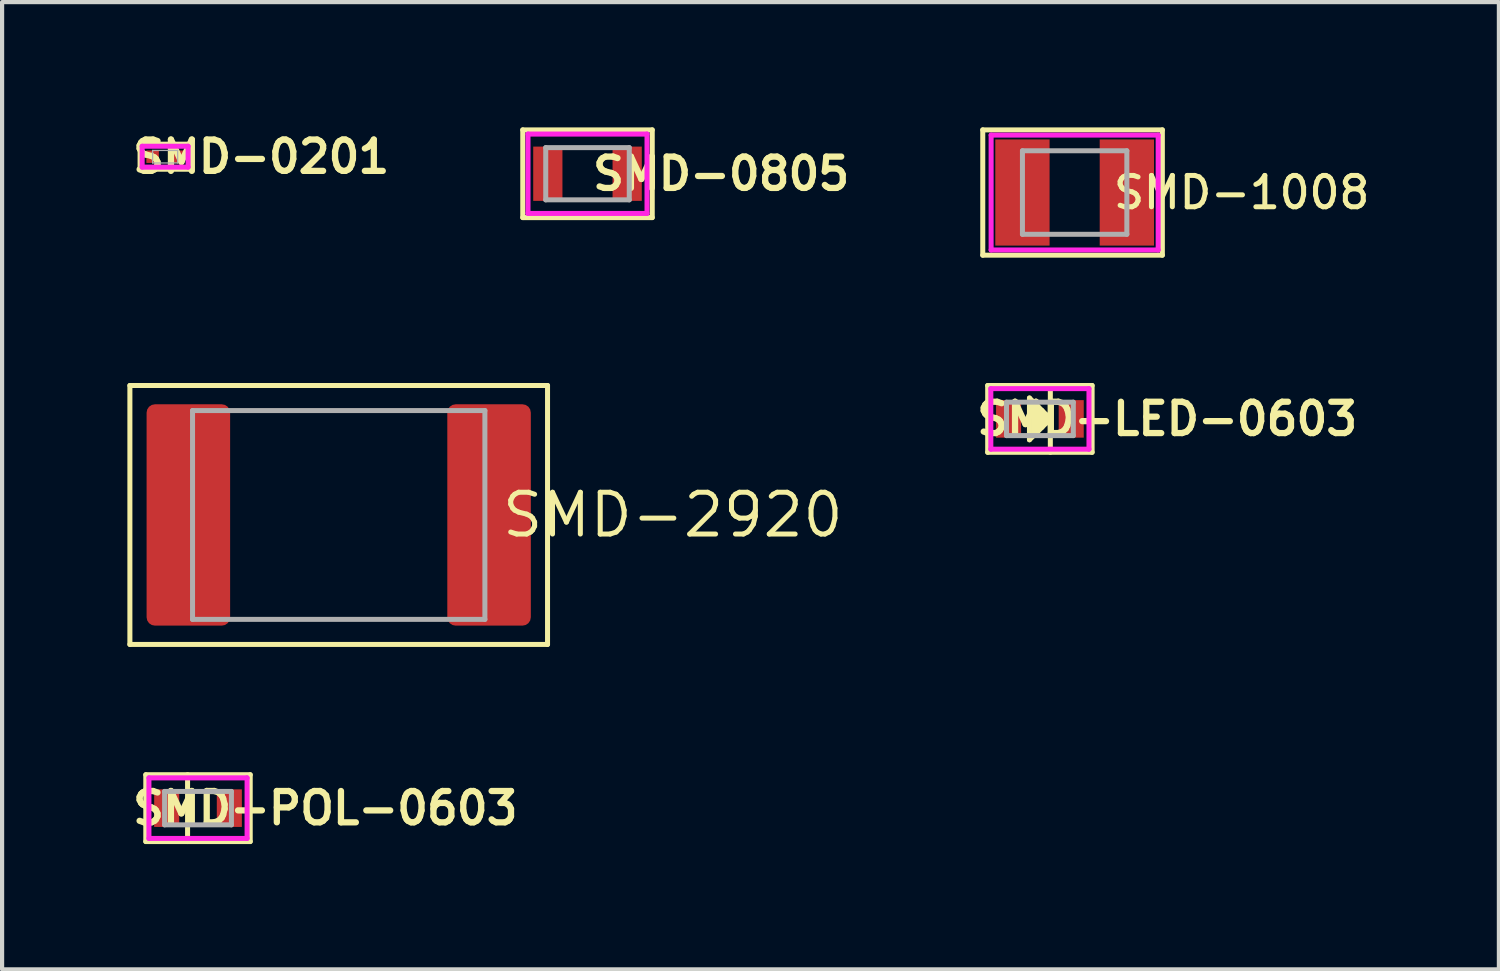
<source format=kicad_pcb>
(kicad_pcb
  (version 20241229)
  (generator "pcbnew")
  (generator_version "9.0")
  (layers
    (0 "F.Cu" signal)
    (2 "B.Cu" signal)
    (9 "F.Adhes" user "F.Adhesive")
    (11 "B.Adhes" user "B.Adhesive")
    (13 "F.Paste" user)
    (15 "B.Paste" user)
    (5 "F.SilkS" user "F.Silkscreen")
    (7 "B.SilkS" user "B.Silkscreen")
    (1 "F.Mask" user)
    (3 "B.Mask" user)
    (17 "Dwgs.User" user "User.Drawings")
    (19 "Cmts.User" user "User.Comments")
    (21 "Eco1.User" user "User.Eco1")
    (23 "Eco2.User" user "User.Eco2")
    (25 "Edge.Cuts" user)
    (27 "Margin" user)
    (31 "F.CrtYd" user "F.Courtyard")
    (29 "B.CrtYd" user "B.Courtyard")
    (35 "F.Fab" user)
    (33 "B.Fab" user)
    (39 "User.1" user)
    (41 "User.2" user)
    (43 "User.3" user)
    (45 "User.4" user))
  (footprint "SMD-POL-0603"
    (layer "F.Cu")
    (at 1.691 16.3)
    (property "Reference" "SMD-POL-0603" (at 3.048 0 0) (layer "F.SilkS") (effects (font (size 0.75 0.75) (thickness 0.15))))
    (attr smd)
    (fp_line (start -1.25 -0.8) (end 1.25 -0.8) (stroke (width 0.12) (type solid)) (layer "F.SilkS"))
    (fp_line (start -1.25 0.8) (end -1.25 -0.8) (stroke (width 0.12) (type solid)) (layer "F.SilkS"))
    (fp_line (start -0.25 -0.8) (end -0.25 0.8) (stroke (width 0.12) (type solid)) (layer "F.SilkS"))
    (fp_line (start 1.25 -0.8) (end 1.25 0.8) (stroke (width 0.12) (type solid)) (layer "F.SilkS"))
    (fp_line (start 1.25 0.8) (end -1.25 0.8) (stroke (width 0.12) (type solid)) (layer "F.SilkS"))
    (fp_line (start -1.175 -0.725) (end -1.175 0.725) (stroke (width 0.12) (type solid)) (layer "F.CrtYd"))
    (fp_line (start -1.175 -0.725) (end 1.175 -0.725) (stroke (width 0.12) (type solid)) (layer "F.CrtYd"))
    (fp_line (start -1.175 0.725) (end 1.175 0.725) (stroke (width 0.12) (type solid)) (layer "F.CrtYd"))
    (fp_line (start 1.175 -0.725) (end 1.175 0.725) (stroke (width 0.12) (type solid)) (layer "F.CrtYd"))
    (fp_line (start -0.8 -0.4) (end 0.8 -0.4) (stroke (width 0.12) (type solid)) (layer "F.Fab"))
    (fp_line (start -0.8 0.4) (end -0.8 -0.4) (stroke (width 0.12) (type solid)) (layer "F.Fab"))
    (fp_line (start 0.8 -0.4) (end 0.8 0.4) (stroke (width 0.12) (type solid)) (layer "F.Fab"))
    (fp_line (start 0.8 0.4) (end -0.8 0.4) (stroke (width 0.12) (type solid)) (layer "F.Fab"))
    (pad "1" smd roundrect (at -0.75 0) (size 0.6 0.9) (layers "F.Cu" "F.Mask" "F.Paste") (roundrect_rratio 0.001))
    (pad "2" smd roundrect (at 0.75 0) (size 0.6 0.9) (layers "F.Cu" "F.Mask" "F.Paste") (roundrect_rratio 0.001)))
  (footprint "SMD-LED-0603"
    (layer "F.Cu")
    (at 21.849 6.98)
    (property "Reference" "SMD-LED-0603" (at 3.048 0 0) (layer "F.SilkS") (effects (font (size 0.75 0.75) (thickness 0.15))))
    (attr smd)
    (fp_line (start -1.25 -0.8) (end 1.25 -0.8) (stroke (width 0.12) (type solid)) (layer "F.SilkS"))
    (fp_line (start -1.25 0.8) (end -1.25 -0.8) (stroke (width 0.12) (type solid)) (layer "F.SilkS"))
    (fp_line (start -0.25 -0.5) (end -0.25 0.5) (stroke (width 0.12) (type solid)) (layer "F.SilkS"))
    (fp_line (start -0.25 0.5) (end 0.25 0) (stroke (width 0.12) (type solid)) (layer "F.SilkS"))
    (fp_line (start -0.15 -0.4) (end -0.15 0.4) (stroke (width 0.12) (type solid)) (layer "F.SilkS"))
    (fp_line (start -0.05 -0.3) (end -0.05 0.3) (stroke (width 0.12) (type solid)) (layer "F.SilkS"))
    (fp_line (start 0.05 -0.2) (end 0.05 0.2) (stroke (width 0.12) (type solid)) (layer "F.SilkS"))
    (fp_line (start 0.15 -0.1) (end 0.15 0.1) (stroke (width 0.12) (type solid)) (layer "F.SilkS"))
    (fp_line (start 0.25 -0.8) (end 0.25 0.8) (stroke (width 0.12) (type solid)) (layer "F.SilkS"))
    (fp_line (start 0.25 0) (end -0.25 -0.5) (stroke (width 0.12) (type solid)) (layer "F.SilkS"))
    (fp_line (start 1.25 -0.8) (end 1.25 0.8) (stroke (width 0.12) (type solid)) (layer "F.SilkS"))
    (fp_line (start 1.25 0.8) (end -1.25 0.8) (stroke (width 0.12) (type solid)) (layer "F.SilkS"))
    (fp_line (start -1.175 -0.725) (end -1.175 0.725) (stroke (width 0.12) (type solid)) (layer "F.CrtYd"))
    (fp_line (start -1.175 -0.725) (end 1.175 -0.725) (stroke (width 0.12) (type solid)) (layer "F.CrtYd"))
    (fp_line (start -1.175 0.725) (end 1.175 0.725) (stroke (width 0.12) (type solid)) (layer "F.CrtYd"))
    (fp_line (start 1.175 -0.725) (end 1.175 0.725) (stroke (width 0.12) (type solid)) (layer "F.CrtYd"))
    (fp_line (start -0.8 -0.4) (end 0.8 -0.4) (stroke (width 0.12) (type solid)) (layer "F.Fab"))
    (fp_line (start -0.8 0.4) (end -0.8 -0.4) (stroke (width 0.12) (type solid)) (layer "F.Fab"))
    (fp_line (start 0.8 -0.4) (end 0.8 0.4) (stroke (width 0.12) (type solid)) (layer "F.Fab"))
    (fp_line (start 0.8 0.4) (end -0.8 0.4) (stroke (width 0.12) (type solid)) (layer "F.Fab"))
    (pad "1" smd roundrect (at -0.75 0) (size 0.6 0.9) (layers "F.Cu" "F.Mask" "F.Paste") (roundrect_rratio 0.001))
    (pad "2" smd roundrect (at 0.75 0) (size 0.6 0.9) (layers "F.Cu" "F.Mask" "F.Paste") (roundrect_rratio 0.001)))
  (footprint "SMD-1008"
    (layer "F.Cu")
    (at 22.681 1.56)
    (property "Reference" "SMD-1008" (at 4 0 0) (layer "F.SilkS") (effects (font (size 0.75 0.75) (thickness 0.12))))
    (attr smd)
    (fp_line (start -2.2 -1.5) (end 2.1 -1.5) (stroke (width 0.12) (type solid)) (layer "F.SilkS"))
    (fp_line (start -2.2 1.5) (end -2.2 -1.5) (stroke (width 0.12) (type solid)) (layer "F.SilkS"))
    (fp_line (start 2.1 -1.5) (end 2.1 1.5) (stroke (width 0.12) (type solid)) (layer "F.SilkS"))
    (fp_line (start 2.1 1.5) (end -2.2 1.5) (stroke (width 0.12) (type solid)) (layer "F.SilkS"))
    (fp_line (start -2 -1.375) (end 2 -1.375) (stroke (width 0.12) (type solid)) (layer "F.CrtYd"))
    (fp_line (start -2 1.375) (end -2 -1.375) (stroke (width 0.12) (type solid)) (layer "F.CrtYd"))
    (fp_line (start 2 -1.375) (end 2 1.375) (stroke (width 0.12) (type solid)) (layer "F.CrtYd"))
    (fp_line (start 2 1.375) (end -2 1.375) (stroke (width 0.12) (type solid)) (layer "F.CrtYd"))
    (fp_line (start -1.25 -1) (end 1.25 -1) (stroke (width 0.12) (type solid)) (layer "F.Fab"))
    (fp_line (start -1.25 1) (end -1.25 -1) (stroke (width 0.12) (type solid)) (layer "F.Fab"))
    (fp_line (start 1.25 -1) (end 1.25 1) (stroke (width 0.12) (type solid)) (layer "F.Fab"))
    (fp_line (start 1.25 1) (end -1.25 1) (stroke (width 0.12) (type solid)) (layer "F.Fab"))
    (pad "1" smd roundrect (at -1.25 0) (size 1.3 2.54) (layers "F.Cu" "F.Mask" "F.Paste") (roundrect_rratio 0.001))
    (pad "2" smd roundrect (at 1.25 0) (size 1.3 2.54) (layers "F.Cu" "F.Mask" "F.Paste") (roundrect_rratio 0.001)))
  (footprint "SMD-0805"
    (layer "F.Cu")
    (at 11.017 1.11)
    (property "Reference" "SMD-0805" (at 3.2 0 0) (layer "F.SilkS") (effects (font (size 0.75 0.75) (thickness 0.15))))
    (attr smd)
    (fp_line (start -1.55 -1.05) (end 1.55 -1.05) (stroke (width 0.12) (type solid)) (layer "F.SilkS"))
    (fp_line (start -1.55 1.05) (end -1.55 -1.05) (stroke (width 0.12) (type solid)) (layer "F.SilkS"))
    (fp_line (start 1.55 -1.05) (end 1.55 1.05) (stroke (width 0.12) (type solid)) (layer "F.SilkS"))
    (fp_line (start 1.55 1.05) (end -1.55 1.05) (stroke (width 0.12) (type solid)) (layer "F.SilkS"))
    (fp_line (start -1.425 -0.95) (end -1.425 0.95) (stroke (width 0.12) (type solid)) (layer "F.CrtYd"))
    (fp_line (start -1.425 -0.95) (end 1.425 -0.95) (stroke (width 0.12) (type solid)) (layer "F.CrtYd"))
    (fp_line (start -1.425 0.95) (end 1.425 0.95) (stroke (width 0.12) (type solid)) (layer "F.CrtYd"))
    (fp_line (start 1.425 -0.95) (end 1.425 0.95) (stroke (width 0.12) (type solid)) (layer "F.CrtYd"))
    (fp_line (start -1 -0.625) (end 1 -0.625) (stroke (width 0.12) (type solid)) (layer "F.Fab"))
    (fp_line (start -1 0.625) (end -1 -0.625) (stroke (width 0.12) (type solid)) (layer "F.Fab"))
    (fp_line (start 1 -0.625) (end 1 0.625) (stroke (width 0.12) (type solid)) (layer "F.Fab"))
    (fp_line (start 1 0.625) (end -1 0.625) (stroke (width 0.12) (type solid)) (layer "F.Fab"))
    (pad "1" smd roundrect (at -0.95 0) (size 0.7 1.3) (layers "F.Cu" "F.Mask" "F.Paste") (roundrect_rratio 0.001))
    (pad "2" smd roundrect (at 0.95 0) (size 0.7 1.3) (layers "F.Cu" "F.Mask" "F.Paste") (roundrect_rratio 0.001)))
  (footprint "SMD-0201"
    (layer "F.Cu")
    (at 0.904 0.702)
    (property "Reference" "SMD-0201" (at 2.3 0 0) (layer "F.SilkS") (effects (font (size 0.75 0.75) (thickness 0.15))))
    (attr smd)
    (fp_line (start -0.6 -0.3) (end 0.6 -0.3) (stroke (width 0.12) (type solid)) (layer "F.SilkS"))
    (fp_line (start -0.6 0.3) (end -0.6 -0.3) (stroke (width 0.12) (type solid)) (layer "F.SilkS"))
    (fp_line (start 0.6 -0.3) (end 0.6 0.3) (stroke (width 0.12) (type solid)) (layer "F.SilkS"))
    (fp_line (start 0.6 0.3) (end -0.6 0.3) (stroke (width 0.12) (type solid)) (layer "F.SilkS"))
    (fp_line (start -0.55 -0.25) (end 0.55 -0.25) (stroke (width 0.12) (type solid)) (layer "F.CrtYd"))
    (fp_line (start -0.55 0.25) (end -0.55 -0.25) (stroke (width 0.12) (type solid)) (layer "F.CrtYd"))
    (fp_line (start 0.55 -0.25) (end 0.55 0.25) (stroke (width 0.12) (type solid)) (layer "F.CrtYd"))
    (fp_line (start 0.55 0.25) (end -0.55 0.25) (stroke (width 0.12) (type solid)) (layer "F.CrtYd"))
    (fp_line (start -0.3 -0.15) (end -0.3 0.15) (stroke (width 0.03) (type solid)) (layer "F.Fab"))
    (fp_line (start -0.3 0.15) (end 0.3 0.15) (stroke (width 0.03) (type solid)) (layer "F.Fab"))
    (fp_line (start 0.3 -0.15) (end -0.3 -0.15) (stroke (width 0.03) (type solid)) (layer "F.Fab"))
    (fp_line (start 0.3 0.15) (end 0.3 -0.15) (stroke (width 0.03) (type solid)) (layer "F.Fab"))
    (pad "1" smd roundrect (at -0.3 0) (size 0.3 0.3) (layers "F.Cu" "F.Mask" "F.Paste") (roundrect_rratio 0.001))
    (pad "2" smd roundrect (at 0.3 0) (size 0.3 0.3) (layers "F.Cu" "F.Mask" "F.Paste") (roundrect_rratio 0.001)))
  (footprint "SMD-2920"
    (layer "F.Cu")
    (at 5.06 9.28)
    (property "Reference" "SMD-2920" (at 8 0 0) (layer "F.SilkS") (effects (font (size 1 1) (thickness 0.12))))
    (attr through_hole)
    (fp_line (start -5 -3.1) (end -5 3.1) (stroke (width 0.12) (type solid)) (layer "F.SilkS"))
    (fp_line (start -5 3.1) (end 5 3.1) (stroke (width 0.12) (type solid)) (layer "F.SilkS"))
    (fp_line (start 5 -3.1) (end -5 -3.1) (stroke (width 0.12) (type solid)) (layer "F.SilkS"))
    (fp_line (start 5 3.1) (end 5 -3.1) (stroke (width 0.12) (type solid)) (layer "F.SilkS"))
    (fp_line (start -3.5 -2.5) (end -3.5 2.5) (stroke (width 0.12) (type solid)) (layer "F.Fab"))
    (fp_line (start -3.5 2.5) (end 3.5 2.5) (stroke (width 0.12) (type solid)) (layer "F.Fab"))
    (fp_line (start 3.5 -2.5) (end -3.5 -2.5) (stroke (width 0.12) (type solid)) (layer "F.Fab"))
    (fp_line (start 3.5 2.5) (end 3.5 -2.5) (stroke (width 0.12) (type solid)) (layer "F.Fab"))
    (pad "1" smd roundrect (at -3.6 0) (size 2 5.3) (layers "F.Cu" "F.Mask" "F.Paste") (roundrect_rratio 0.1))
    (pad "2" smd roundrect (at 3.6 0) (size 2 5.3) (layers "F.Cu" "F.Mask" "F.Paste") (roundrect_rratio 0.1)))
  (gr_rect
    (start -3 -3)
    (end 32.839 20.16)
    (stroke (width 0.1) (type default))
    (fill no)
    (layer "Edge.Cuts")))
</source>
